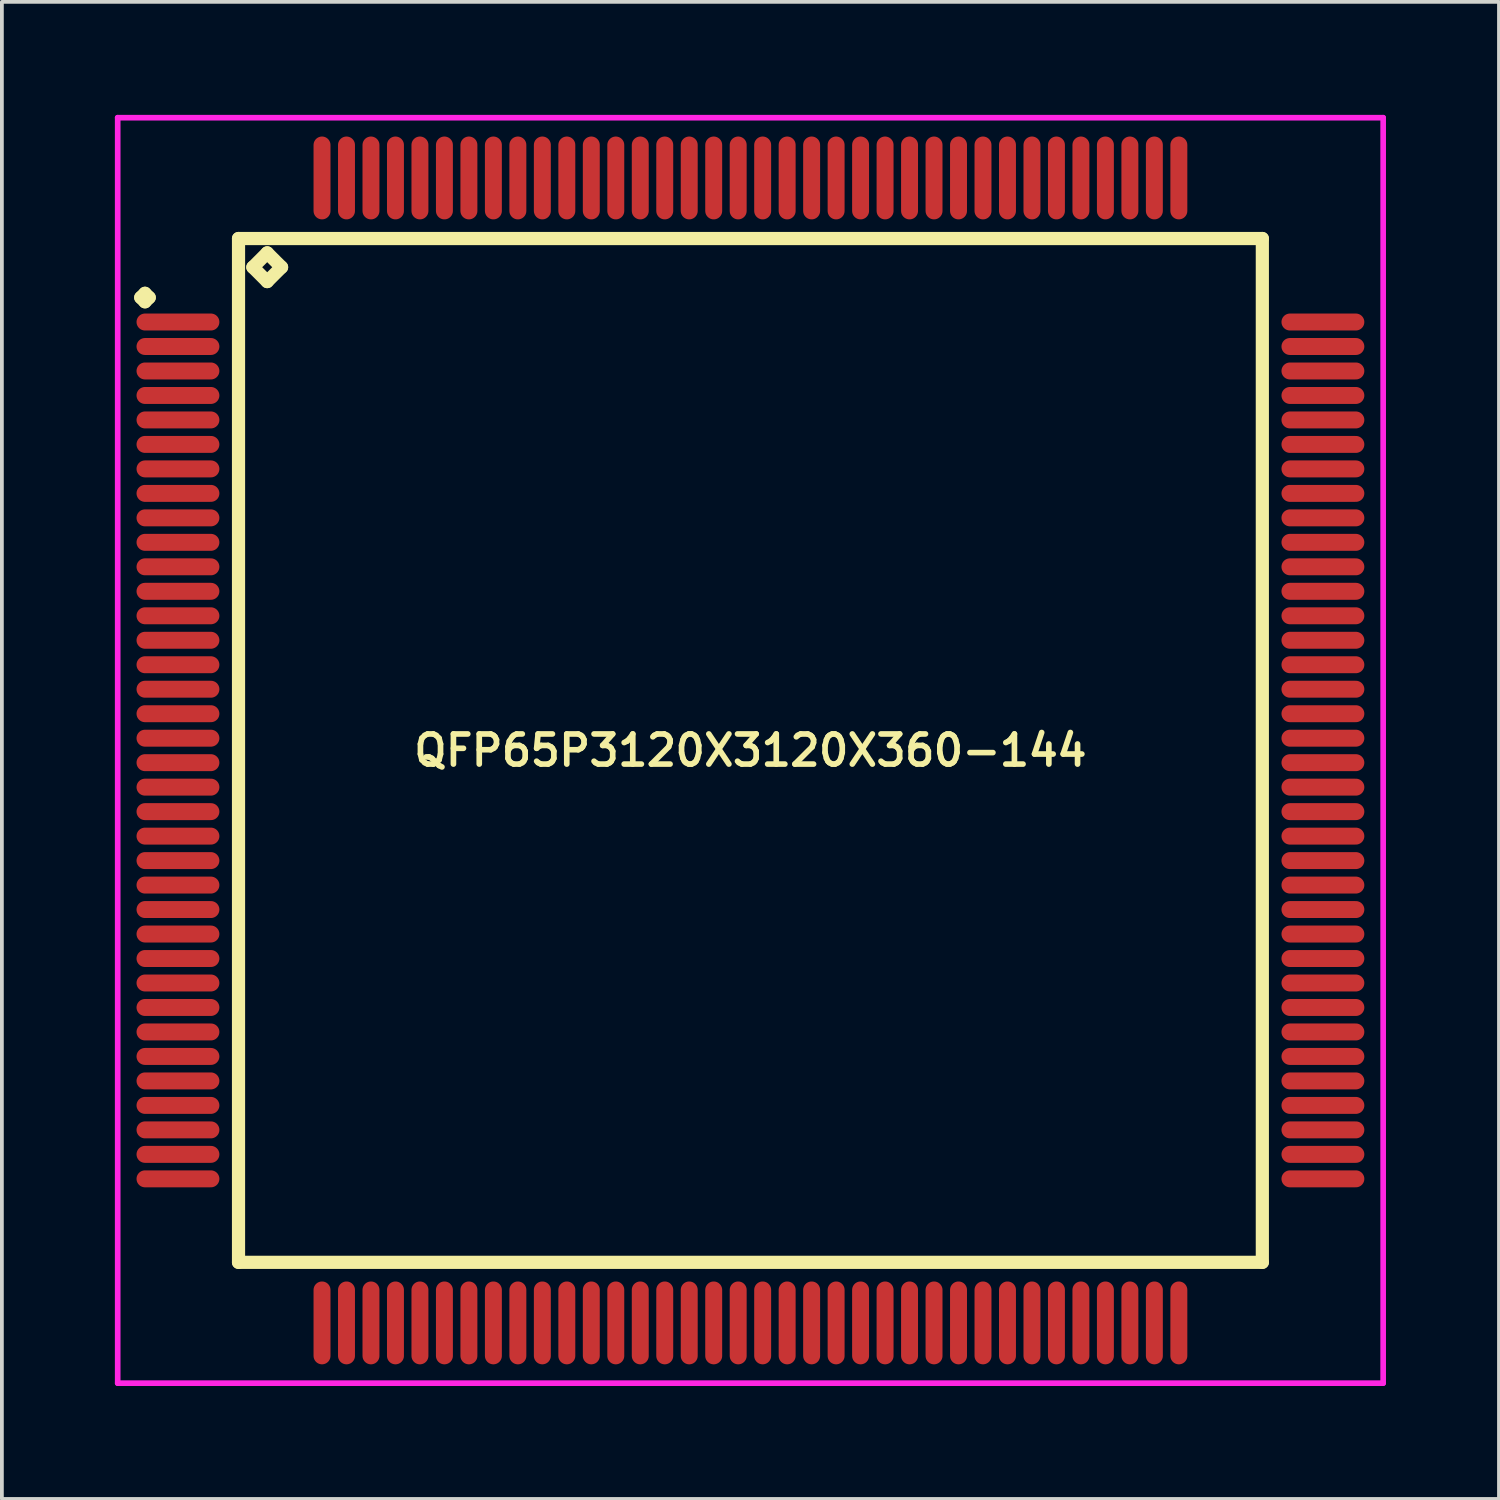
<source format=kicad_pcb>
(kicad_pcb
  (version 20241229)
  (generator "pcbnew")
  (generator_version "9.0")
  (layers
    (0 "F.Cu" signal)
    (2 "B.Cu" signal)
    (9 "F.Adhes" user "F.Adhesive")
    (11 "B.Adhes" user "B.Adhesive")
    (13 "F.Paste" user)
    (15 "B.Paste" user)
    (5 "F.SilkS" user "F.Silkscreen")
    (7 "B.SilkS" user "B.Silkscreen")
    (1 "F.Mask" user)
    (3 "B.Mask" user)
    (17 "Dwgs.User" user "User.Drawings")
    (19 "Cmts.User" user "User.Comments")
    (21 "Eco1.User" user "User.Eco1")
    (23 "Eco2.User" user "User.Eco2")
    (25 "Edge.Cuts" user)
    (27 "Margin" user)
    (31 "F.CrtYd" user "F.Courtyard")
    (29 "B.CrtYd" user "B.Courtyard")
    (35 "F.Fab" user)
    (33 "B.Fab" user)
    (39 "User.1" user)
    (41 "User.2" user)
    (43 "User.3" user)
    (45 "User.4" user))
  (footprint "QFP65P3120X3120X360-144"
    (layer "F.Cu")
    (at 16.875 16.875)
    (property "Reference" "QFP65P3120X3120X360-144" (at 0 0 0) (layer "F.SilkS") (effects (font (size 0.8 0.8) (thickness 0.15))))
    (attr smd)
    (fp_line (start -16.188 -12.025) (end -16.075 -12.137) (stroke (width 0.35) (type solid)) (layer "F.SilkS"))
    (fp_line (start -16.075 -12.137) (end -15.963 -12.025) (stroke (width 0.35) (type solid)) (layer "F.SilkS"))
    (fp_line (start -16.075 -11.912) (end -16.188 -12.025) (stroke (width 0.35) (type solid)) (layer "F.SilkS"))
    (fp_line (start -15.963 -12.025) (end -16.075 -11.912) (stroke (width 0.35) (type solid)) (layer "F.SilkS"))
    (fp_line (start -13.592 -13.592) (end -13.592 13.592) (stroke (width 0.35) (type solid)) (layer "F.SilkS"))
    (fp_line (start -13.592 13.592) (end 13.592 13.592) (stroke (width 0.35) (type solid)) (layer "F.SilkS"))
    (fp_line (start -13.211 -12.83) (end -12.83 -13.211) (stroke (width 0.35) (type solid)) (layer "F.SilkS"))
    (fp_line (start -12.83 -13.211) (end -12.449 -12.83) (stroke (width 0.35) (type solid)) (layer "F.SilkS"))
    (fp_line (start -12.83 -12.449) (end -13.211 -12.83) (stroke (width 0.35) (type solid)) (layer "F.SilkS"))
    (fp_line (start -12.449 -12.83) (end -12.83 -12.449) (stroke (width 0.35) (type solid)) (layer "F.SilkS"))
    (fp_line (start 13.592 -13.592) (end -13.592 -13.592) (stroke (width 0.35) (type solid)) (layer "F.SilkS"))
    (fp_line (start 13.592 13.592) (end 13.592 -13.592) (stroke (width 0.35) (type solid)) (layer "F.SilkS"))
    (fp_line (start -16.8 -16.8) (end 16.8 -16.8) (stroke (width 0.15) (type solid)) (layer "F.CrtYd"))
    (fp_line (start -16.8 16.8) (end -16.8 -16.8) (stroke (width 0.15) (type solid)) (layer "F.CrtYd"))
    (fp_line (start 16.8 -16.8) (end 16.8 16.8) (stroke (width 0.15) (type solid)) (layer "F.CrtYd"))
    (fp_line (start 16.8 16.8) (end -16.8 16.8) (stroke (width 0.15) (type solid)) (layer "F.CrtYd"))
    (pad "1" smd oval (at -15.2 -11.375) (size 2.2 0.45) (layers "F.Cu" "F.Mask" "F.Paste"))
    (pad "2" smd oval (at -15.2 -10.725) (size 2.2 0.45) (layers "F.Cu" "F.Mask" "F.Paste"))
    (pad "3" smd oval (at -15.2 -10.075) (size 2.2 0.45) (layers "F.Cu" "F.Mask" "F.Paste"))
    (pad "4" smd oval (at -15.2 -9.425) (size 2.2 0.45) (layers "F.Cu" "F.Mask" "F.Paste"))
    (pad "5" smd oval (at -15.2 -8.775) (size 2.2 0.45) (layers "F.Cu" "F.Mask" "F.Paste"))
    (pad "6" smd oval (at -15.2 -8.125) (size 2.2 0.45) (layers "F.Cu" "F.Mask" "F.Paste"))
    (pad "7" smd oval (at -15.2 -7.475) (size 2.2 0.45) (layers "F.Cu" "F.Mask" "F.Paste"))
    (pad "8" smd oval (at -15.2 -6.825) (size 2.2 0.45) (layers "F.Cu" "F.Mask" "F.Paste"))
    (pad "9" smd oval (at -15.2 -6.175) (size 2.2 0.45) (layers "F.Cu" "F.Mask" "F.Paste"))
    (pad "10" smd oval (at -15.2 -5.525) (size 2.2 0.45) (layers "F.Cu" "F.Mask" "F.Paste"))
    (pad "11" smd oval (at -15.2 -4.875) (size 2.2 0.45) (layers "F.Cu" "F.Mask" "F.Paste"))
    (pad "12" smd oval (at -15.2 -4.225) (size 2.2 0.45) (layers "F.Cu" "F.Mask" "F.Paste"))
    (pad "13" smd oval (at -15.2 -3.575) (size 2.2 0.45) (layers "F.Cu" "F.Mask" "F.Paste"))
    (pad "14" smd oval (at -15.2 -2.925) (size 2.2 0.45) (layers "F.Cu" "F.Mask" "F.Paste"))
    (pad "15" smd oval (at -15.2 -2.275) (size 2.2 0.45) (layers "F.Cu" "F.Mask" "F.Paste"))
    (pad "16" smd oval (at -15.2 -1.625) (size 2.2 0.45) (layers "F.Cu" "F.Mask" "F.Paste"))
    (pad "17" smd oval (at -15.2 -0.975) (size 2.2 0.45) (layers "F.Cu" "F.Mask" "F.Paste"))
    (pad "18" smd oval (at -15.2 -0.325) (size 2.2 0.45) (layers "F.Cu" "F.Mask" "F.Paste"))
    (pad "19" smd oval (at -15.2 0.325) (size 2.2 0.45) (layers "F.Cu" "F.Mask" "F.Paste"))
    (pad "20" smd oval (at -15.2 0.975) (size 2.2 0.45) (layers "F.Cu" "F.Mask" "F.Paste"))
    (pad "21" smd oval (at -15.2 1.625) (size 2.2 0.45) (layers "F.Cu" "F.Mask" "F.Paste"))
    (pad "22" smd oval (at -15.2 2.275) (size 2.2 0.45) (layers "F.Cu" "F.Mask" "F.Paste"))
    (pad "23" smd oval (at -15.2 2.925) (size 2.2 0.45) (layers "F.Cu" "F.Mask" "F.Paste"))
    (pad "24" smd oval (at -15.2 3.575) (size 2.2 0.45) (layers "F.Cu" "F.Mask" "F.Paste"))
    (pad "25" smd oval (at -15.2 4.225) (size 2.2 0.45) (layers "F.Cu" "F.Mask" "F.Paste"))
    (pad "26" smd oval (at -15.2 4.875) (size 2.2 0.45) (layers "F.Cu" "F.Mask" "F.Paste"))
    (pad "27" smd oval (at -15.2 5.525) (size 2.2 0.45) (layers "F.Cu" "F.Mask" "F.Paste"))
    (pad "28" smd oval (at -15.2 6.175) (size 2.2 0.45) (layers "F.Cu" "F.Mask" "F.Paste"))
    (pad "29" smd oval (at -15.2 6.825) (size 2.2 0.45) (layers "F.Cu" "F.Mask" "F.Paste"))
    (pad "30" smd oval (at -15.2 7.475) (size 2.2 0.45) (layers "F.Cu" "F.Mask" "F.Paste"))
    (pad "31" smd oval (at -15.2 8.125) (size 2.2 0.45) (layers "F.Cu" "F.Mask" "F.Paste"))
    (pad "32" smd oval (at -15.2 8.775) (size 2.2 0.45) (layers "F.Cu" "F.Mask" "F.Paste"))
    (pad "33" smd oval (at -15.2 9.425) (size 2.2 0.45) (layers "F.Cu" "F.Mask" "F.Paste"))
    (pad "34" smd oval (at -15.2 10.075) (size 2.2 0.45) (layers "F.Cu" "F.Mask" "F.Paste"))
    (pad "35" smd oval (at -15.2 10.725) (size 2.2 0.45) (layers "F.Cu" "F.Mask" "F.Paste"))
    (pad "36" smd oval (at -15.2 11.375) (size 2.2 0.45) (layers "F.Cu" "F.Mask" "F.Paste"))
    (pad "37" smd oval (at -11.375 15.2) (size 0.45 2.2) (layers "F.Cu" "F.Mask" "F.Paste"))
    (pad "38" smd oval (at -10.725 15.2) (size 0.45 2.2) (layers "F.Cu" "F.Mask" "F.Paste"))
    (pad "39" smd oval (at -10.075 15.2) (size 0.45 2.2) (layers "F.Cu" "F.Mask" "F.Paste"))
    (pad "40" smd oval (at -9.425 15.2) (size 0.45 2.2) (layers "F.Cu" "F.Mask" "F.Paste"))
    (pad "41" smd oval (at -8.775 15.2) (size 0.45 2.2) (layers "F.Cu" "F.Mask" "F.Paste"))
    (pad "42" smd oval (at -8.125 15.2) (size 0.45 2.2) (layers "F.Cu" "F.Mask" "F.Paste"))
    (pad "43" smd oval (at -7.475 15.2) (size 0.45 2.2) (layers "F.Cu" "F.Mask" "F.Paste"))
    (pad "44" smd oval (at -6.825 15.2) (size 0.45 2.2) (layers "F.Cu" "F.Mask" "F.Paste"))
    (pad "45" smd oval (at -6.175 15.2) (size 0.45 2.2) (layers "F.Cu" "F.Mask" "F.Paste"))
    (pad "46" smd oval (at -5.525 15.2) (size 0.45 2.2) (layers "F.Cu" "F.Mask" "F.Paste"))
    (pad "47" smd oval (at -4.875 15.2) (size 0.45 2.2) (layers "F.Cu" "F.Mask" "F.Paste"))
    (pad "48" smd oval (at -4.225 15.2) (size 0.45 2.2) (layers "F.Cu" "F.Mask" "F.Paste"))
    (pad "49" smd oval (at -3.575 15.2) (size 0.45 2.2) (layers "F.Cu" "F.Mask" "F.Paste"))
    (pad "50" smd oval (at -2.925 15.2) (size 0.45 2.2) (layers "F.Cu" "F.Mask" "F.Paste"))
    (pad "51" smd oval (at -2.275 15.2) (size 0.45 2.2) (layers "F.Cu" "F.Mask" "F.Paste"))
    (pad "52" smd oval (at -1.625 15.2) (size 0.45 2.2) (layers "F.Cu" "F.Mask" "F.Paste"))
    (pad "53" smd oval (at -0.975 15.2) (size 0.45 2.2) (layers "F.Cu" "F.Mask" "F.Paste"))
    (pad "54" smd oval (at -0.325 15.2) (size 0.45 2.2) (layers "F.Cu" "F.Mask" "F.Paste"))
    (pad "55" smd oval (at 0.325 15.2) (size 0.45 2.2) (layers "F.Cu" "F.Mask" "F.Paste"))
    (pad "56" smd oval (at 0.975 15.2) (size 0.45 2.2) (layers "F.Cu" "F.Mask" "F.Paste"))
    (pad "57" smd oval (at 1.625 15.2) (size 0.45 2.2) (layers "F.Cu" "F.Mask" "F.Paste"))
    (pad "58" smd oval (at 2.275 15.2) (size 0.45 2.2) (layers "F.Cu" "F.Mask" "F.Paste"))
    (pad "59" smd oval (at 2.925 15.2) (size 0.45 2.2) (layers "F.Cu" "F.Mask" "F.Paste"))
    (pad "60" smd oval (at 3.575 15.2) (size 0.45 2.2) (layers "F.Cu" "F.Mask" "F.Paste"))
    (pad "61" smd oval (at 4.225 15.2) (size 0.45 2.2) (layers "F.Cu" "F.Mask" "F.Paste"))
    (pad "62" smd oval (at 4.875 15.2) (size 0.45 2.2) (layers "F.Cu" "F.Mask" "F.Paste"))
    (pad "63" smd oval (at 5.525 15.2) (size 0.45 2.2) (layers "F.Cu" "F.Mask" "F.Paste"))
    (pad "64" smd oval (at 6.175 15.2) (size 0.45 2.2) (layers "F.Cu" "F.Mask" "F.Paste"))
    (pad "65" smd oval (at 6.825 15.2) (size 0.45 2.2) (layers "F.Cu" "F.Mask" "F.Paste"))
    (pad "66" smd oval (at 7.475 15.2) (size 0.45 2.2) (layers "F.Cu" "F.Mask" "F.Paste"))
    (pad "67" smd oval (at 8.125 15.2) (size 0.45 2.2) (layers "F.Cu" "F.Mask" "F.Paste"))
    (pad "68" smd oval (at 8.775 15.2) (size 0.45 2.2) (layers "F.Cu" "F.Mask" "F.Paste"))
    (pad "69" smd oval (at 9.425 15.2) (size 0.45 2.2) (layers "F.Cu" "F.Mask" "F.Paste"))
    (pad "70" smd oval (at 10.075 15.2) (size 0.45 2.2) (layers "F.Cu" "F.Mask" "F.Paste"))
    (pad "71" smd oval (at 10.725 15.2) (size 0.45 2.2) (layers "F.Cu" "F.Mask" "F.Paste"))
    (pad "72" smd oval (at 11.375 15.2) (size 0.45 2.2) (layers "F.Cu" "F.Mask" "F.Paste"))
    (pad "73" smd oval (at 15.2 11.375) (size 2.2 0.45) (layers "F.Cu" "F.Mask" "F.Paste"))
    (pad "74" smd oval (at 15.2 10.725) (size 2.2 0.45) (layers "F.Cu" "F.Mask" "F.Paste"))
    (pad "75" smd oval (at 15.2 10.075) (size 2.2 0.45) (layers "F.Cu" "F.Mask" "F.Paste"))
    (pad "76" smd oval (at 15.2 9.425) (size 2.2 0.45) (layers "F.Cu" "F.Mask" "F.Paste"))
    (pad "77" smd oval (at 15.2 8.775) (size 2.2 0.45) (layers "F.Cu" "F.Mask" "F.Paste"))
    (pad "78" smd oval (at 15.2 8.125) (size 2.2 0.45) (layers "F.Cu" "F.Mask" "F.Paste"))
    (pad "79" smd oval (at 15.2 7.475) (size 2.2 0.45) (layers "F.Cu" "F.Mask" "F.Paste"))
    (pad "80" smd oval (at 15.2 6.825) (size 2.2 0.45) (layers "F.Cu" "F.Mask" "F.Paste"))
    (pad "81" smd oval (at 15.2 6.175) (size 2.2 0.45) (layers "F.Cu" "F.Mask" "F.Paste"))
    (pad "82" smd oval (at 15.2 5.525) (size 2.2 0.45) (layers "F.Cu" "F.Mask" "F.Paste"))
    (pad "83" smd oval (at 15.2 4.875) (size 2.2 0.45) (layers "F.Cu" "F.Mask" "F.Paste"))
    (pad "84" smd oval (at 15.2 4.225) (size 2.2 0.45) (layers "F.Cu" "F.Mask" "F.Paste"))
    (pad "85" smd oval (at 15.2 3.575) (size 2.2 0.45) (layers "F.Cu" "F.Mask" "F.Paste"))
    (pad "86" smd oval (at 15.2 2.925) (size 2.2 0.45) (layers "F.Cu" "F.Mask" "F.Paste"))
    (pad "87" smd oval (at 15.2 2.275) (size 2.2 0.45) (layers "F.Cu" "F.Mask" "F.Paste"))
    (pad "88" smd oval (at 15.2 1.625) (size 2.2 0.45) (layers "F.Cu" "F.Mask" "F.Paste"))
    (pad "89" smd oval (at 15.2 0.975) (size 2.2 0.45) (layers "F.Cu" "F.Mask" "F.Paste"))
    (pad "90" smd oval (at 15.2 0.325) (size 2.2 0.45) (layers "F.Cu" "F.Mask" "F.Paste"))
    (pad "91" smd oval (at 15.2 -0.325) (size 2.2 0.45) (layers "F.Cu" "F.Mask" "F.Paste"))
    (pad "92" smd oval (at 15.2 -0.975) (size 2.2 0.45) (layers "F.Cu" "F.Mask" "F.Paste"))
    (pad "93" smd oval (at 15.2 -1.625) (size 2.2 0.45) (layers "F.Cu" "F.Mask" "F.Paste"))
    (pad "94" smd oval (at 15.2 -2.275) (size 2.2 0.45) (layers "F.Cu" "F.Mask" "F.Paste"))
    (pad "95" smd oval (at 15.2 -2.925) (size 2.2 0.45) (layers "F.Cu" "F.Mask" "F.Paste"))
    (pad "96" smd oval (at 15.2 -3.575) (size 2.2 0.45) (layers "F.Cu" "F.Mask" "F.Paste"))
    (pad "97" smd oval (at 15.2 -4.225) (size 2.2 0.45) (layers "F.Cu" "F.Mask" "F.Paste"))
    (pad "98" smd oval (at 15.2 -4.875) (size 2.2 0.45) (layers "F.Cu" "F.Mask" "F.Paste"))
    (pad "99" smd oval (at 15.2 -5.525) (size 2.2 0.45) (layers "F.Cu" "F.Mask" "F.Paste"))
    (pad "100" smd oval (at 15.2 -6.175) (size 2.2 0.45) (layers "F.Cu" "F.Mask" "F.Paste"))
    (pad "101" smd oval (at 15.2 -6.825) (size 2.2 0.45) (layers "F.Cu" "F.Mask" "F.Paste"))
    (pad "102" smd oval (at 15.2 -7.475) (size 2.2 0.45) (layers "F.Cu" "F.Mask" "F.Paste"))
    (pad "103" smd oval (at 15.2 -8.125) (size 2.2 0.45) (layers "F.Cu" "F.Mask" "F.Paste"))
    (pad "104" smd oval (at 15.2 -8.775) (size 2.2 0.45) (layers "F.Cu" "F.Mask" "F.Paste"))
    (pad "105" smd oval (at 15.2 -9.425) (size 2.2 0.45) (layers "F.Cu" "F.Mask" "F.Paste"))
    (pad "106" smd oval (at 15.2 -10.075) (size 2.2 0.45) (layers "F.Cu" "F.Mask" "F.Paste"))
    (pad "107" smd oval (at 15.2 -10.725) (size 2.2 0.45) (layers "F.Cu" "F.Mask" "F.Paste"))
    (pad "108" smd oval (at 15.2 -11.375) (size 2.2 0.45) (layers "F.Cu" "F.Mask" "F.Paste"))
    (pad "109" smd oval (at 11.375 -15.2) (size 0.45 2.2) (layers "F.Cu" "F.Mask" "F.Paste"))
    (pad "110" smd oval (at 10.725 -15.2) (size 0.45 2.2) (layers "F.Cu" "F.Mask" "F.Paste"))
    (pad "111" smd oval (at 10.075 -15.2) (size 0.45 2.2) (layers "F.Cu" "F.Mask" "F.Paste"))
    (pad "112" smd oval (at 9.425 -15.2) (size 0.45 2.2) (layers "F.Cu" "F.Mask" "F.Paste"))
    (pad "113" smd oval (at 8.775 -15.2) (size 0.45 2.2) (layers "F.Cu" "F.Mask" "F.Paste"))
    (pad "114" smd oval (at 8.125 -15.2) (size 0.45 2.2) (layers "F.Cu" "F.Mask" "F.Paste"))
    (pad "115" smd oval (at 7.475 -15.2) (size 0.45 2.2) (layers "F.Cu" "F.Mask" "F.Paste"))
    (pad "116" smd oval (at 6.825 -15.2) (size 0.45 2.2) (layers "F.Cu" "F.Mask" "F.Paste"))
    (pad "117" smd oval (at 6.175 -15.2) (size 0.45 2.2) (layers "F.Cu" "F.Mask" "F.Paste"))
    (pad "118" smd oval (at 5.525 -15.2) (size 0.45 2.2) (layers "F.Cu" "F.Mask" "F.Paste"))
    (pad "119" smd oval (at 4.875 -15.2) (size 0.45 2.2) (layers "F.Cu" "F.Mask" "F.Paste"))
    (pad "120" smd oval (at 4.225 -15.2) (size 0.45 2.2) (layers "F.Cu" "F.Mask" "F.Paste"))
    (pad "121" smd oval (at 3.575 -15.2) (size 0.45 2.2) (layers "F.Cu" "F.Mask" "F.Paste"))
    (pad "122" smd oval (at 2.925 -15.2) (size 0.45 2.2) (layers "F.Cu" "F.Mask" "F.Paste"))
    (pad "123" smd oval (at 2.275 -15.2) (size 0.45 2.2) (layers "F.Cu" "F.Mask" "F.Paste"))
    (pad "124" smd oval (at 1.625 -15.2) (size 0.45 2.2) (layers "F.Cu" "F.Mask" "F.Paste"))
    (pad "125" smd oval (at 0.975 -15.2) (size 0.45 2.2) (layers "F.Cu" "F.Mask" "F.Paste"))
    (pad "126" smd oval (at 0.325 -15.2) (size 0.45 2.2) (layers "F.Cu" "F.Mask" "F.Paste"))
    (pad "127" smd oval (at -0.325 -15.2) (size 0.45 2.2) (layers "F.Cu" "F.Mask" "F.Paste"))
    (pad "128" smd oval (at -0.975 -15.2) (size 0.45 2.2) (layers "F.Cu" "F.Mask" "F.Paste"))
    (pad "129" smd oval (at -1.625 -15.2) (size 0.45 2.2) (layers "F.Cu" "F.Mask" "F.Paste"))
    (pad "130" smd oval (at -2.275 -15.2) (size 0.45 2.2) (layers "F.Cu" "F.Mask" "F.Paste"))
    (pad "131" smd oval (at -2.925 -15.2) (size 0.45 2.2) (layers "F.Cu" "F.Mask" "F.Paste"))
    (pad "132" smd oval (at -3.575 -15.2) (size 0.45 2.2) (layers "F.Cu" "F.Mask" "F.Paste"))
    (pad "133" smd oval (at -4.225 -15.2) (size 0.45 2.2) (layers "F.Cu" "F.Mask" "F.Paste"))
    (pad "134" smd oval (at -4.875 -15.2) (size 0.45 2.2) (layers "F.Cu" "F.Mask" "F.Paste"))
    (pad "135" smd oval (at -5.525 -15.2) (size 0.45 2.2) (layers "F.Cu" "F.Mask" "F.Paste"))
    (pad "136" smd oval (at -6.175 -15.2) (size 0.45 2.2) (layers "F.Cu" "F.Mask" "F.Paste"))
    (pad "137" smd oval (at -6.825 -15.2) (size 0.45 2.2) (layers "F.Cu" "F.Mask" "F.Paste"))
    (pad "138" smd oval (at -7.475 -15.2) (size 0.45 2.2) (layers "F.Cu" "F.Mask" "F.Paste"))
    (pad "139" smd oval (at -8.125 -15.2) (size 0.45 2.2) (layers "F.Cu" "F.Mask" "F.Paste"))
    (pad "140" smd oval (at -8.775 -15.2) (size 0.45 2.2) (layers "F.Cu" "F.Mask" "F.Paste"))
    (pad "141" smd oval (at -9.425 -15.2) (size 0.45 2.2) (layers "F.Cu" "F.Mask" "F.Paste"))
    (pad "142" smd oval (at -10.075 -15.2) (size 0.45 2.2) (layers "F.Cu" "F.Mask" "F.Paste"))
    (pad "143" smd oval (at -10.725 -15.2) (size 0.45 2.2) (layers "F.Cu" "F.Mask" "F.Paste"))
    (pad "144" smd oval (at -11.375 -15.2) (size 0.45 2.2) (layers "F.Cu" "F.Mask" "F.Paste")))
  (gr_rect
    (start -3 -3)
    (end 36.75 36.75)
    (stroke (width 0.1) (type default))
    (fill no)
    (layer "Edge.Cuts")))
</source>
